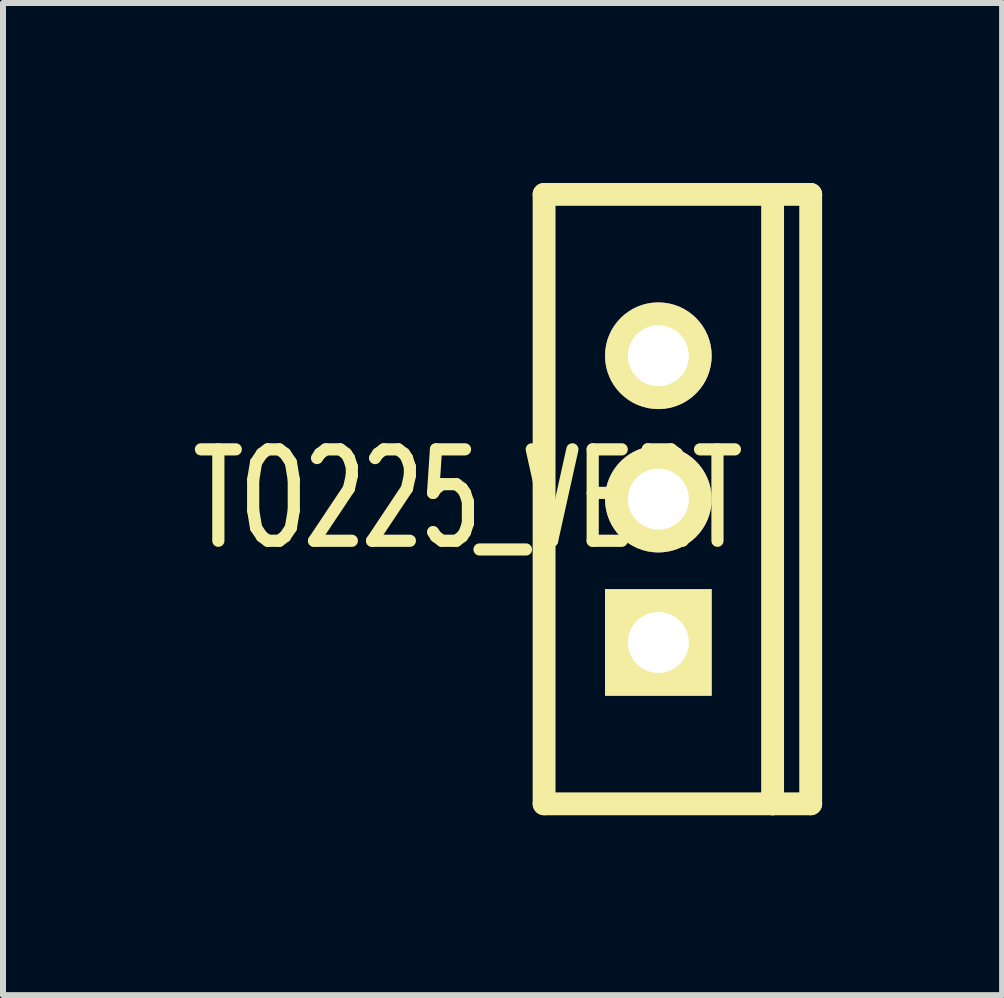
<source format=kicad_pcb>
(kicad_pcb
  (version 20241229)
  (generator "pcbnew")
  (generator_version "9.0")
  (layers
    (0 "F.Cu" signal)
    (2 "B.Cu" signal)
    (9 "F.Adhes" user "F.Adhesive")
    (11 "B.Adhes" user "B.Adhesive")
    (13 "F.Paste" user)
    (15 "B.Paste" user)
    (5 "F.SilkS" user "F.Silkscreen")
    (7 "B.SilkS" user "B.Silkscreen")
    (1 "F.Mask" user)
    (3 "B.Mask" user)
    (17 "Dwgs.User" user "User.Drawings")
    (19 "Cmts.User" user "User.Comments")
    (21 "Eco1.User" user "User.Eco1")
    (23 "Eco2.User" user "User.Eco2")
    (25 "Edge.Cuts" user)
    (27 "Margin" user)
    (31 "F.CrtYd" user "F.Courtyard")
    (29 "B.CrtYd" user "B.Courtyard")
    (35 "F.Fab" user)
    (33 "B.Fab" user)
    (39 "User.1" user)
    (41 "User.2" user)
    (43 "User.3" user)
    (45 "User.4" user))
  (footprint "TO225_VERT"
    (layer "F.Cu")
    (at 7.926 5.271)
    (property "Reference" "TO225_VERT" (at -3.175 0 180) (layer "F.SilkS") (effects (font (size 1.524 1.016) (thickness 0.203))))
    (attr through_hole)
    (fp_line (start -1.905 -5.08) (end 1.905 -5.08) (stroke (width 0.381) (type solid)) (layer "F.SilkS"))
    (fp_line (start -1.905 5.08) (end -1.905 -5.08) (stroke (width 0.381) (type solid)) (layer "F.SilkS"))
    (fp_line (start 1.905 -5.08) (end 1.905 5.08) (stroke (width 0.381) (type solid)) (layer "F.SilkS"))
    (fp_line (start 1.905 -5.08) (end 2.54 -5.08) (stroke (width 0.381) (type solid)) (layer "F.SilkS"))
    (fp_line (start 1.905 5.08) (end -1.905 5.08) (stroke (width 0.381) (type solid)) (layer "F.SilkS"))
    (fp_line (start 2.54 -5.08) (end 2.54 5.08) (stroke (width 0.381) (type solid)) (layer "F.SilkS"))
    (fp_line (start 2.54 5.08) (end 1.905 5.08) (stroke (width 0.381) (type solid)) (layer "F.SilkS"))
    (pad "1" thru_hole rect (at 0 2.39) (size 1.778 1.778) (drill 1.016) (layers "*.Cu" "*.Mask" "F.SilkS"))
    (pad "2" thru_hole circle (at 0 -2.39) (size 1.778 1.778) (drill 1.016) (layers "*.Cu" "*.Mask" "F.SilkS"))
    (pad "3" thru_hole circle (at 0 0) (size 1.778 1.778) (drill 1.016) (layers "*.Cu" "*.Mask" "F.SilkS")))
  (gr_rect
    (start -3 -3)
    (end 13.657 13.541)
    (stroke (width 0.1) (type default))
    (fill no)
    (layer "Edge.Cuts")))
</source>
